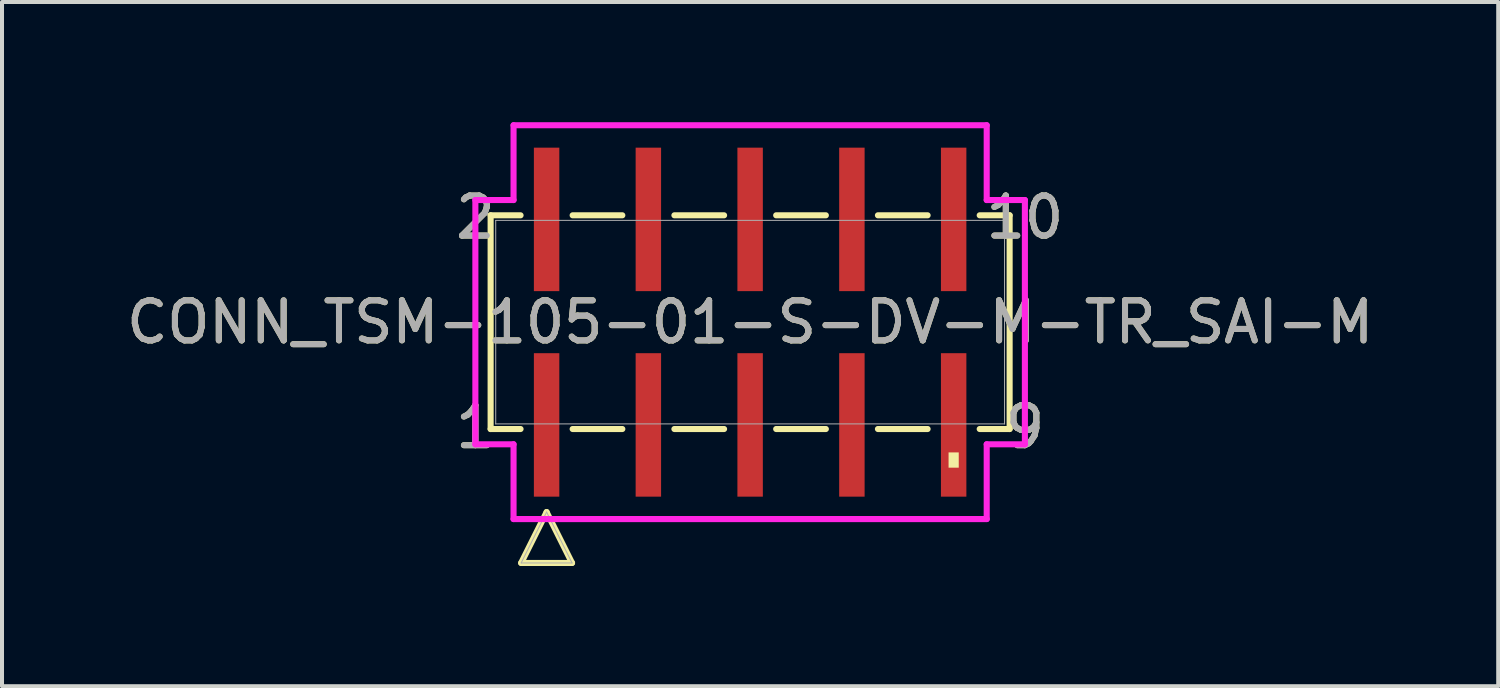
<source format=kicad_pcb>
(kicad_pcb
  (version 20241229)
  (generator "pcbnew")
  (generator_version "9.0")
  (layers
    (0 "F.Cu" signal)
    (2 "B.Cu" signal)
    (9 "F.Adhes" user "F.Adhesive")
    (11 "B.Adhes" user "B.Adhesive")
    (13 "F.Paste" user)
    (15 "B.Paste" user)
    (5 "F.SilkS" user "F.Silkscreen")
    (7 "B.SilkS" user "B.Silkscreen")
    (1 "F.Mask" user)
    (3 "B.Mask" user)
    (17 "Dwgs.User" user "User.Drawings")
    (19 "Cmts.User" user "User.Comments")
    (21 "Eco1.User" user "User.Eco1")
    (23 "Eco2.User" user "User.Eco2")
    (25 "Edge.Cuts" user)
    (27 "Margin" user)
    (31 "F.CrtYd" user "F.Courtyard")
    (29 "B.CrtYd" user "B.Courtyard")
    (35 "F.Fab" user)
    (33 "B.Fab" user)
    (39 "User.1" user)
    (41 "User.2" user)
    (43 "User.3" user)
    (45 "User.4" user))
  (footprint "CONN_TSM-105-01-S-DV-M-TR_SAI-M"
    (layer "F.Cu")
    (at 15.673 4.991)
    (property "Reference" "CONN_TSM-105-01-S-DV-M-TR_SAI-M" (at 0 0 0) (unlocked yes) (layer "F.SilkS") (effects (font (size 1 1) (thickness 0.15))))
    (attr smd)
    (fp_line (start -6.477 -2.667) (end -6.477 2.667) (stroke (width 0.152) (type solid)) (layer "F.SilkS"))
    (fp_line (start -6.477 2.667) (end -5.73 2.667) (stroke (width 0.152) (type solid)) (layer "F.SilkS"))
    (fp_line (start -5.73 -2.667) (end -6.477 -2.667) (stroke (width 0.152) (type solid)) (layer "F.SilkS"))
    (fp_line (start -5.715 6.01) (end -5.08 4.74) (stroke (width 0.152) (type solid)) (layer "F.SilkS"))
    (fp_line (start -5.08 4.74) (end -4.445 6.01) (stroke (width 0.152) (type solid)) (layer "F.SilkS"))
    (fp_line (start -4.445 6.01) (end -5.715 6.01) (stroke (width 0.152) (type solid)) (layer "F.SilkS"))
    (fp_line (start -4.43 2.667) (end -3.19 2.667) (stroke (width 0.152) (type solid)) (layer "F.SilkS"))
    (fp_line (start -3.19 -2.667) (end -4.43 -2.667) (stroke (width 0.152) (type solid)) (layer "F.SilkS"))
    (fp_line (start -1.89 2.667) (end -0.65 2.667) (stroke (width 0.152) (type solid)) (layer "F.SilkS"))
    (fp_line (start -0.65 -2.667) (end -1.89 -2.667) (stroke (width 0.152) (type solid)) (layer "F.SilkS"))
    (fp_line (start 0.65 2.667) (end 1.89 2.667) (stroke (width 0.152) (type solid)) (layer "F.SilkS"))
    (fp_line (start 1.89 -2.667) (end 0.65 -2.667) (stroke (width 0.152) (type solid)) (layer "F.SilkS"))
    (fp_line (start 3.19 2.667) (end 4.43 2.667) (stroke (width 0.152) (type solid)) (layer "F.SilkS"))
    (fp_line (start 4.43 -2.667) (end 3.19 -2.667) (stroke (width 0.152) (type solid)) (layer "F.SilkS"))
    (fp_line (start 5.73 2.667) (end 6.477 2.667) (stroke (width 0.152) (type solid)) (layer "F.SilkS"))
    (fp_line (start 6.477 -2.667) (end 5.73 -2.667) (stroke (width 0.152) (type solid)) (layer "F.SilkS"))
    (fp_line (start 6.477 2.667) (end 6.477 -2.667) (stroke (width 0.152) (type solid)) (layer "F.SilkS"))
    (fp_poly (pts (xy 4.953 3.251) (xy 4.953 3.632) (xy 5.207 3.632) (xy 5.207 3.251)) (stroke (width 0) (type solid)) (fill yes) (layer "F.SilkS"))
    (fp_line (start -6.858 -3.048) (end -5.905 -3.048) (stroke (width 0.152) (type solid)) (layer "F.CrtYd"))
    (fp_line (start -6.858 3.048) (end -6.858 -3.048) (stroke (width 0.152) (type solid)) (layer "F.CrtYd"))
    (fp_line (start -5.905 -3.048) (end -5.905 -4.915) (stroke (width 0.152) (type solid)) (layer "F.CrtYd"))
    (fp_line (start -5.905 3.048) (end -6.858 3.048) (stroke (width 0.152) (type solid)) (layer "F.CrtYd"))
    (fp_line (start -5.905 4.915) (end -5.905 3.048) (stroke (width 0.152) (type solid)) (layer "F.CrtYd"))
    (fp_line (start -5.905 4.915) (end 5.905 4.915) (stroke (width 0.152) (type solid)) (layer "F.CrtYd"))
    (fp_line (start 5.905 -4.915) (end -5.905 -4.915) (stroke (width 0.152) (type solid)) (layer "F.CrtYd"))
    (fp_line (start 5.905 -4.915) (end 5.905 -3.048) (stroke (width 0.152) (type solid)) (layer "F.CrtYd"))
    (fp_line (start 5.905 -3.048) (end 6.858 -3.048) (stroke (width 0.152) (type solid)) (layer "F.CrtYd"))
    (fp_line (start 5.905 3.048) (end 5.905 4.915) (stroke (width 0.152) (type solid)) (layer "F.CrtYd"))
    (fp_line (start 6.858 -3.048) (end 6.858 3.048) (stroke (width 0.152) (type solid)) (layer "F.CrtYd"))
    (fp_line (start 6.858 3.048) (end 5.905 3.048) (stroke (width 0.152) (type solid)) (layer "F.CrtYd"))
    (fp_line (start -6.35 -2.54) (end -6.35 2.54) (stroke (width 0.025) (type solid)) (layer "F.Fab"))
    (fp_line (start -6.35 2.54) (end 6.35 2.54) (stroke (width 0.025) (type solid)) (layer "F.Fab"))
    (fp_line (start -5.715 6.01) (end -5.08 4.74) (stroke (width 0.025) (type solid)) (layer "F.Fab"))
    (fp_line (start -5.08 4.74) (end -4.445 6.01) (stroke (width 0.025) (type solid)) (layer "F.Fab"))
    (fp_line (start -4.445 6.01) (end -5.715 6.01) (stroke (width 0.025) (type solid)) (layer "F.Fab"))
    (fp_line (start 6.35 -2.54) (end -6.35 -2.54) (stroke (width 0.025) (type solid)) (layer "F.Fab"))
    (fp_line (start 6.35 2.54) (end 6.35 -2.54) (stroke (width 0.025) (type solid)) (layer "F.Fab"))
    (fp_text user "9" (at 6.858 2.616 0) (unlocked yes) (layer "F.SilkS") (effects (font (size 1 1) (thickness 0.15))))
    (fp_text user "2" (at -6.858 -2.616 0) (unlocked yes) (layer "F.SilkS") (effects (font (size 1 1) (thickness 0.15))))
    (fp_text user "1" (at -6.858 2.616 0) (unlocked yes) (layer "F.SilkS") (effects (font (size 1 1) (thickness 0.15))))
    (fp_text user "10" (at 6.858 -2.616 0) (unlocked yes) (layer "F.SilkS") (effects (font (size 1 1) (thickness 0.15))))
    (fp_text user "10" (at 6.858 -2.616 0) (unlocked yes) (layer "F.Fab") (effects (font (size 1 1) (thickness 0.15))))
    (fp_text user "1" (at -6.858 2.616 0) (unlocked yes) (layer "F.Fab") (effects (font (size 1 1) (thickness 0.15))))
    (fp_text user "${REFERENCE}" (at 0 0 0) (unlocked yes) (layer "F.Fab") (effects (font (size 1 1) (thickness 0.15))))
    (fp_text user "2" (at -6.858 -2.616 0) (unlocked yes) (layer "F.Fab") (effects (font (size 1 1) (thickness 0.15))))
    (fp_text user "9" (at 6.858 2.616 0) (unlocked yes) (layer "F.Fab") (effects (font (size 1 1) (thickness 0.15))))
    (pad "1" smd rect (at -5.08 2.565) (size 0.635 3.581) (layers "F.Cu" "F.Mask" "F.Paste"))
    (pad "2" smd rect (at -5.08 -2.565) (size 0.635 3.581) (layers "F.Cu" "F.Mask" "F.Paste"))
    (pad "3" smd rect (at -2.54 2.565) (size 0.635 3.581) (layers "F.Cu" "F.Mask" "F.Paste"))
    (pad "4" smd rect (at -2.54 -2.565) (size 0.635 3.581) (layers "F.Cu" "F.Mask" "F.Paste"))
    (pad "5" smd rect (at 0 2.565) (size 0.635 3.581) (layers "F.Cu" "F.Mask" "F.Paste"))
    (pad "6" smd rect (at 0 -2.565) (size 0.635 3.581) (layers "F.Cu" "F.Mask" "F.Paste"))
    (pad "7" smd rect (at 2.54 2.565) (size 0.635 3.581) (layers "F.Cu" "F.Mask" "F.Paste"))
    (pad "8" smd rect (at 2.54 -2.565) (size 0.635 3.581) (layers "F.Cu" "F.Mask" "F.Paste"))
    (pad "9" smd rect (at 5.08 2.565) (size 0.635 3.581) (layers "F.Cu" "F.Mask" "F.Paste"))
    (pad "10" smd rect (at 5.08 -2.565) (size 0.635 3.581) (layers "F.Cu" "F.Mask" "F.Paste")))
  (gr_rect
    (start -3 -3)
    (end 34.345 14.077)
    (stroke (width 0.1) (type default))
    (fill no)
    (layer "Edge.Cuts")))
</source>
